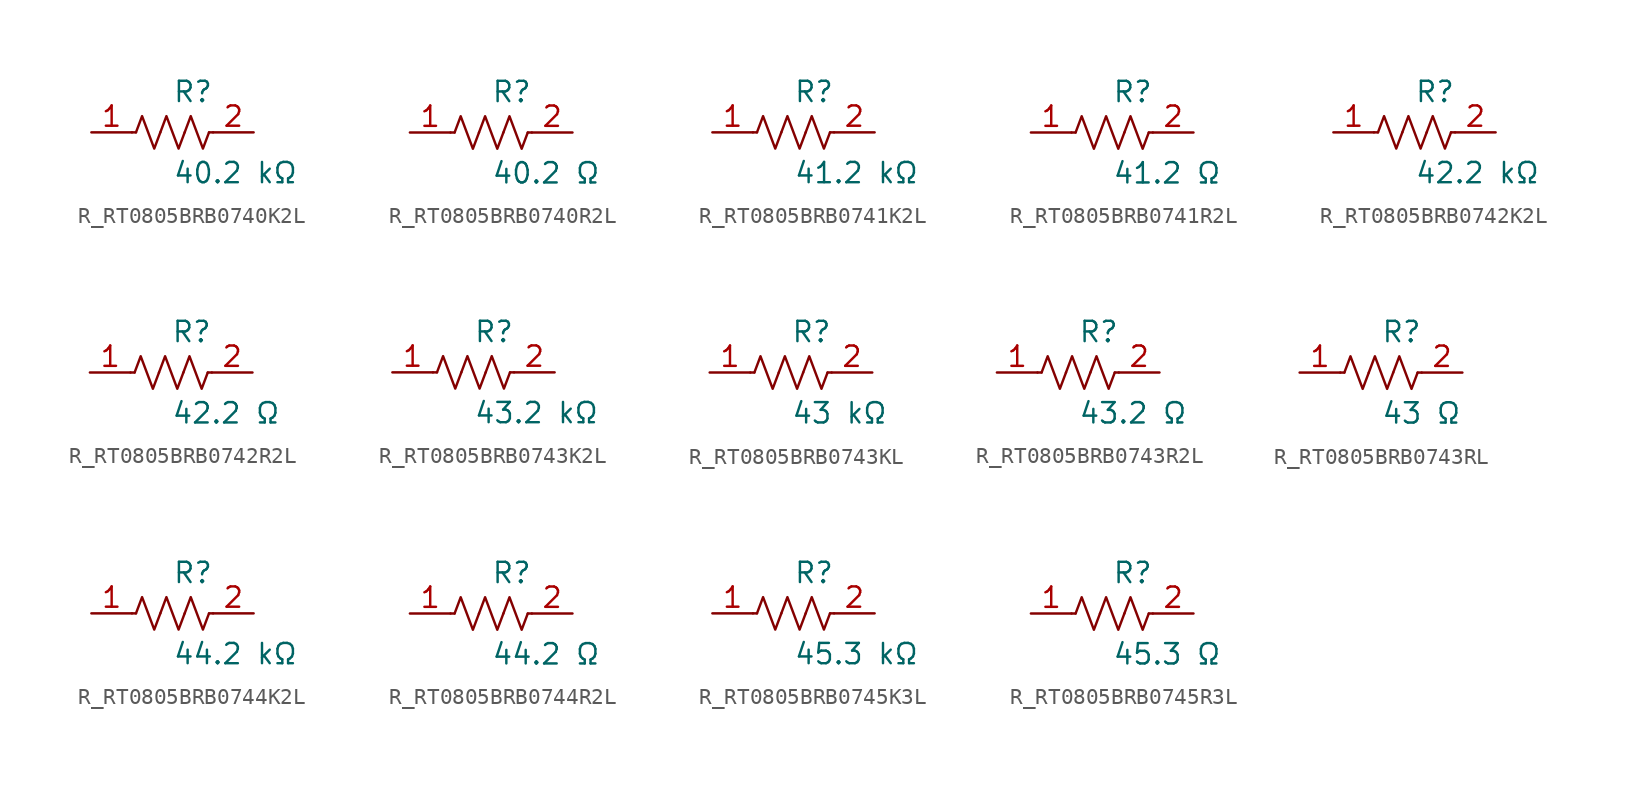
<source format=kicad_sym>
(kicad_symbol_lib
  (version 20231120)
  (generator kicad_symbol_editor)
  (generator_version 8.0)
  (symbol "R_RT0805BRB0740K2L"
    (pin_names
      (offset 0.254))
    (property "Reference" "R"
      (at 0 2.54 0)
      (effects (font (size 1.27 1.27)) (justify left)))
    (property "Value" "40.2 kΩ"
      (at 0 -2.54 0)
      (effects (font (size 1.27 1.27)) (justify left)))
    (symbol "R_RT0805BRB0740K2L_0_1"
      (polyline (pts (xy 2.286 0) (xy 2.54 0)) (stroke (width 0) (type default)) (fill (type none)))
      (polyline (pts (xy -2.286 0) (xy -2.54 0)) (stroke (width 0) (type default)) (fill (type none)))
      (polyline (pts (xy 0.762 0) (xy 1.143 1.016) (xy 1.524 0) (xy 1.905 -1.016) (xy 2.286 0)) (stroke (width 0) (type default)) (fill (type none)))
      (polyline (pts (xy -0.762 0) (xy -0.381 1.016) (xy 0 0) (xy 0.381 -1.016) (xy 0.762 0)) (stroke (width 0) (type default)) (fill (type none)))
      (polyline (pts (xy -2.286 0) (xy -1.905 1.016) (xy -1.524 0) (xy -1.143 -1.016) (xy -0.762 0)) (stroke (width 0) (type default)) (fill (type none))))
    (pin unspecified line
      (at -5.08 0 0)
      (length 2.54)
      (name "" (effects (font (size 1.27 1.27))))
      (number "1" (effects (font (size 1.27 1.27)))))
    (pin unspecified line
      (at 5.08 0 180)
      (length 2.54)
      (name "" (effects (font (size 1.27 1.27))))
      (number "2" (effects (font (size 1.27 1.27))))))
  (symbol "R_RT0805BRB0740R2L"
    (pin_names
      (offset 0.254))
    (property "Reference" "R"
      (at 0 2.54 0)
      (effects (font (size 1.27 1.27)) (justify left)))
    (property "Value" "40.2 Ω"
      (at 0 -2.54 0)
      (effects (font (size 1.27 1.27)) (justify left)))
    (symbol "R_RT0805BRB0740R2L_0_1"
      (polyline (pts (xy 2.286 0) (xy 2.54 0)) (stroke (width 0) (type default)) (fill (type none)))
      (polyline (pts (xy -2.286 0) (xy -2.54 0)) (stroke (width 0) (type default)) (fill (type none)))
      (polyline (pts (xy 0.762 0) (xy 1.143 1.016) (xy 1.524 0) (xy 1.905 -1.016) (xy 2.286 0)) (stroke (width 0) (type default)) (fill (type none)))
      (polyline (pts (xy -0.762 0) (xy -0.381 1.016) (xy 0 0) (xy 0.381 -1.016) (xy 0.762 0)) (stroke (width 0) (type default)) (fill (type none)))
      (polyline (pts (xy -2.286 0) (xy -1.905 1.016) (xy -1.524 0) (xy -1.143 -1.016) (xy -0.762 0)) (stroke (width 0) (type default)) (fill (type none))))
    (pin unspecified line
      (at -5.08 0 0)
      (length 2.54)
      (name "" (effects (font (size 1.27 1.27))))
      (number "1" (effects (font (size 1.27 1.27)))))
    (pin unspecified line
      (at 5.08 0 180)
      (length 2.54)
      (name "" (effects (font (size 1.27 1.27))))
      (number "2" (effects (font (size 1.27 1.27))))))
  (symbol "R_RT0805BRB0741K2L"
    (pin_names
      (offset 0.254))
    (property "Reference" "R"
      (at 0 2.54 0)
      (effects (font (size 1.27 1.27)) (justify left)))
    (property "Value" "41.2 kΩ"
      (at 0 -2.54 0)
      (effects (font (size 1.27 1.27)) (justify left)))
    (symbol "R_RT0805BRB0741K2L_0_1"
      (polyline (pts (xy 2.286 0) (xy 2.54 0)) (stroke (width 0) (type default)) (fill (type none)))
      (polyline (pts (xy -2.286 0) (xy -2.54 0)) (stroke (width 0) (type default)) (fill (type none)))
      (polyline (pts (xy 0.762 0) (xy 1.143 1.016) (xy 1.524 0) (xy 1.905 -1.016) (xy 2.286 0)) (stroke (width 0) (type default)) (fill (type none)))
      (polyline (pts (xy -0.762 0) (xy -0.381 1.016) (xy 0 0) (xy 0.381 -1.016) (xy 0.762 0)) (stroke (width 0) (type default)) (fill (type none)))
      (polyline (pts (xy -2.286 0) (xy -1.905 1.016) (xy -1.524 0) (xy -1.143 -1.016) (xy -0.762 0)) (stroke (width 0) (type default)) (fill (type none))))
    (pin unspecified line
      (at -5.08 0 0)
      (length 2.54)
      (name "" (effects (font (size 1.27 1.27))))
      (number "1" (effects (font (size 1.27 1.27)))))
    (pin unspecified line
      (at 5.08 0 180)
      (length 2.54)
      (name "" (effects (font (size 1.27 1.27))))
      (number "2" (effects (font (size 1.27 1.27))))))
  (symbol "R_RT0805BRB0741R2L"
    (pin_names
      (offset 0.254))
    (property "Reference" "R"
      (at 0 2.54 0)
      (effects (font (size 1.27 1.27)) (justify left)))
    (property "Value" "41.2 Ω"
      (at 0 -2.54 0)
      (effects (font (size 1.27 1.27)) (justify left)))
    (symbol "R_RT0805BRB0741R2L_0_1"
      (polyline (pts (xy 2.286 0) (xy 2.54 0)) (stroke (width 0) (type default)) (fill (type none)))
      (polyline (pts (xy -2.286 0) (xy -2.54 0)) (stroke (width 0) (type default)) (fill (type none)))
      (polyline (pts (xy 0.762 0) (xy 1.143 1.016) (xy 1.524 0) (xy 1.905 -1.016) (xy 2.286 0)) (stroke (width 0) (type default)) (fill (type none)))
      (polyline (pts (xy -0.762 0) (xy -0.381 1.016) (xy 0 0) (xy 0.381 -1.016) (xy 0.762 0)) (stroke (width 0) (type default)) (fill (type none)))
      (polyline (pts (xy -2.286 0) (xy -1.905 1.016) (xy -1.524 0) (xy -1.143 -1.016) (xy -0.762 0)) (stroke (width 0) (type default)) (fill (type none))))
    (pin unspecified line
      (at -5.08 0 0)
      (length 2.54)
      (name "" (effects (font (size 1.27 1.27))))
      (number "1" (effects (font (size 1.27 1.27)))))
    (pin unspecified line
      (at 5.08 0 180)
      (length 2.54)
      (name "" (effects (font (size 1.27 1.27))))
      (number "2" (effects (font (size 1.27 1.27))))))
  (symbol "R_RT0805BRB0742K2L"
    (pin_names
      (offset 0.254))
    (property "Reference" "R"
      (at 0 2.54 0)
      (effects (font (size 1.27 1.27)) (justify left)))
    (property "Value" "42.2 kΩ"
      (at 0 -2.54 0)
      (effects (font (size 1.27 1.27)) (justify left)))
    (symbol "R_RT0805BRB0742K2L_0_1"
      (polyline (pts (xy 2.286 0) (xy 2.54 0)) (stroke (width 0) (type default)) (fill (type none)))
      (polyline (pts (xy -2.286 0) (xy -2.54 0)) (stroke (width 0) (type default)) (fill (type none)))
      (polyline (pts (xy 0.762 0) (xy 1.143 1.016) (xy 1.524 0) (xy 1.905 -1.016) (xy 2.286 0)) (stroke (width 0) (type default)) (fill (type none)))
      (polyline (pts (xy -0.762 0) (xy -0.381 1.016) (xy 0 0) (xy 0.381 -1.016) (xy 0.762 0)) (stroke (width 0) (type default)) (fill (type none)))
      (polyline (pts (xy -2.286 0) (xy -1.905 1.016) (xy -1.524 0) (xy -1.143 -1.016) (xy -0.762 0)) (stroke (width 0) (type default)) (fill (type none))))
    (pin unspecified line
      (at -5.08 0 0)
      (length 2.54)
      (name "" (effects (font (size 1.27 1.27))))
      (number "1" (effects (font (size 1.27 1.27)))))
    (pin unspecified line
      (at 5.08 0 180)
      (length 2.54)
      (name "" (effects (font (size 1.27 1.27))))
      (number "2" (effects (font (size 1.27 1.27))))))
  (symbol "R_RT0805BRB0742R2L"
    (pin_names
      (offset 0.254))
    (property "Reference" "R"
      (at 0 2.54 0)
      (effects (font (size 1.27 1.27)) (justify left)))
    (property "Value" "42.2 Ω"
      (at 0 -2.54 0)
      (effects (font (size 1.27 1.27)) (justify left)))
    (symbol "R_RT0805BRB0742R2L_0_1"
      (polyline (pts (xy 2.286 0) (xy 2.54 0)) (stroke (width 0) (type default)) (fill (type none)))
      (polyline (pts (xy -2.286 0) (xy -2.54 0)) (stroke (width 0) (type default)) (fill (type none)))
      (polyline (pts (xy 0.762 0) (xy 1.143 1.016) (xy 1.524 0) (xy 1.905 -1.016) (xy 2.286 0)) (stroke (width 0) (type default)) (fill (type none)))
      (polyline (pts (xy -0.762 0) (xy -0.381 1.016) (xy 0 0) (xy 0.381 -1.016) (xy 0.762 0)) (stroke (width 0) (type default)) (fill (type none)))
      (polyline (pts (xy -2.286 0) (xy -1.905 1.016) (xy -1.524 0) (xy -1.143 -1.016) (xy -0.762 0)) (stroke (width 0) (type default)) (fill (type none))))
    (pin unspecified line
      (at -5.08 0 0)
      (length 2.54)
      (name "" (effects (font (size 1.27 1.27))))
      (number "1" (effects (font (size 1.27 1.27)))))
    (pin unspecified line
      (at 5.08 0 180)
      (length 2.54)
      (name "" (effects (font (size 1.27 1.27))))
      (number "2" (effects (font (size 1.27 1.27))))))
  (symbol "R_RT0805BRB0743K2L"
    (pin_names
      (offset 0.254))
    (property "Reference" "R"
      (at 0 2.54 0)
      (effects (font (size 1.27 1.27)) (justify left)))
    (property "Value" "43.2 kΩ"
      (at 0 -2.54 0)
      (effects (font (size 1.27 1.27)) (justify left)))
    (symbol "R_RT0805BRB0743K2L_0_1"
      (polyline (pts (xy 2.286 0) (xy 2.54 0)) (stroke (width 0) (type default)) (fill (type none)))
      (polyline (pts (xy -2.286 0) (xy -2.54 0)) (stroke (width 0) (type default)) (fill (type none)))
      (polyline (pts (xy 0.762 0) (xy 1.143 1.016) (xy 1.524 0) (xy 1.905 -1.016) (xy 2.286 0)) (stroke (width 0) (type default)) (fill (type none)))
      (polyline (pts (xy -0.762 0) (xy -0.381 1.016) (xy 0 0) (xy 0.381 -1.016) (xy 0.762 0)) (stroke (width 0) (type default)) (fill (type none)))
      (polyline (pts (xy -2.286 0) (xy -1.905 1.016) (xy -1.524 0) (xy -1.143 -1.016) (xy -0.762 0)) (stroke (width 0) (type default)) (fill (type none))))
    (pin unspecified line
      (at -5.08 0 0)
      (length 2.54)
      (name "" (effects (font (size 1.27 1.27))))
      (number "1" (effects (font (size 1.27 1.27)))))
    (pin unspecified line
      (at 5.08 0 180)
      (length 2.54)
      (name "" (effects (font (size 1.27 1.27))))
      (number "2" (effects (font (size 1.27 1.27))))))
  (symbol "R_RT0805BRB0743KL"
    (pin_names
      (offset 0.254))
    (property "Reference" "R"
      (at 0 2.54 0)
      (effects (font (size 1.27 1.27)) (justify left)))
    (property "Value" "43 kΩ"
      (at 0 -2.54 0)
      (effects (font (size 1.27 1.27)) (justify left)))
    (symbol "R_RT0805BRB0743KL_0_1"
      (polyline (pts (xy 2.286 0) (xy 2.54 0)) (stroke (width 0) (type default)) (fill (type none)))
      (polyline (pts (xy -2.286 0) (xy -2.54 0)) (stroke (width 0) (type default)) (fill (type none)))
      (polyline (pts (xy 0.762 0) (xy 1.143 1.016) (xy 1.524 0) (xy 1.905 -1.016) (xy 2.286 0)) (stroke (width 0) (type default)) (fill (type none)))
      (polyline (pts (xy -0.762 0) (xy -0.381 1.016) (xy 0 0) (xy 0.381 -1.016) (xy 0.762 0)) (stroke (width 0) (type default)) (fill (type none)))
      (polyline (pts (xy -2.286 0) (xy -1.905 1.016) (xy -1.524 0) (xy -1.143 -1.016) (xy -0.762 0)) (stroke (width 0) (type default)) (fill (type none))))
    (pin unspecified line
      (at -5.08 0 0)
      (length 2.54)
      (name "" (effects (font (size 1.27 1.27))))
      (number "1" (effects (font (size 1.27 1.27)))))
    (pin unspecified line
      (at 5.08 0 180)
      (length 2.54)
      (name "" (effects (font (size 1.27 1.27))))
      (number "2" (effects (font (size 1.27 1.27))))))
  (symbol "R_RT0805BRB0743R2L"
    (pin_names
      (offset 0.254))
    (property "Reference" "R"
      (at 0 2.54 0)
      (effects (font (size 1.27 1.27)) (justify left)))
    (property "Value" "43.2 Ω"
      (at 0 -2.54 0)
      (effects (font (size 1.27 1.27)) (justify left)))
    (symbol "R_RT0805BRB0743R2L_0_1"
      (polyline (pts (xy 2.286 0) (xy 2.54 0)) (stroke (width 0) (type default)) (fill (type none)))
      (polyline (pts (xy -2.286 0) (xy -2.54 0)) (stroke (width 0) (type default)) (fill (type none)))
      (polyline (pts (xy 0.762 0) (xy 1.143 1.016) (xy 1.524 0) (xy 1.905 -1.016) (xy 2.286 0)) (stroke (width 0) (type default)) (fill (type none)))
      (polyline (pts (xy -0.762 0) (xy -0.381 1.016) (xy 0 0) (xy 0.381 -1.016) (xy 0.762 0)) (stroke (width 0) (type default)) (fill (type none)))
      (polyline (pts (xy -2.286 0) (xy -1.905 1.016) (xy -1.524 0) (xy -1.143 -1.016) (xy -0.762 0)) (stroke (width 0) (type default)) (fill (type none))))
    (pin unspecified line
      (at -5.08 0 0)
      (length 2.54)
      (name "" (effects (font (size 1.27 1.27))))
      (number "1" (effects (font (size 1.27 1.27)))))
    (pin unspecified line
      (at 5.08 0 180)
      (length 2.54)
      (name "" (effects (font (size 1.27 1.27))))
      (number "2" (effects (font (size 1.27 1.27))))))
  (symbol "R_RT0805BRB0743RL"
    (pin_names
      (offset 0.254))
    (property "Reference" "R"
      (at 0 2.54 0)
      (effects (font (size 1.27 1.27)) (justify left)))
    (property "Value" "43 Ω"
      (at 0 -2.54 0)
      (effects (font (size 1.27 1.27)) (justify left)))
    (symbol "R_RT0805BRB0743RL_0_1"
      (polyline (pts (xy 2.286 0) (xy 2.54 0)) (stroke (width 0) (type default)) (fill (type none)))
      (polyline (pts (xy -2.286 0) (xy -2.54 0)) (stroke (width 0) (type default)) (fill (type none)))
      (polyline (pts (xy 0.762 0) (xy 1.143 1.016) (xy 1.524 0) (xy 1.905 -1.016) (xy 2.286 0)) (stroke (width 0) (type default)) (fill (type none)))
      (polyline (pts (xy -0.762 0) (xy -0.381 1.016) (xy 0 0) (xy 0.381 -1.016) (xy 0.762 0)) (stroke (width 0) (type default)) (fill (type none)))
      (polyline (pts (xy -2.286 0) (xy -1.905 1.016) (xy -1.524 0) (xy -1.143 -1.016) (xy -0.762 0)) (stroke (width 0) (type default)) (fill (type none))))
    (pin unspecified line
      (at -5.08 0 0)
      (length 2.54)
      (name "" (effects (font (size 1.27 1.27))))
      (number "1" (effects (font (size 1.27 1.27)))))
    (pin unspecified line
      (at 5.08 0 180)
      (length 2.54)
      (name "" (effects (font (size 1.27 1.27))))
      (number "2" (effects (font (size 1.27 1.27))))))
  (symbol "R_RT0805BRB0744K2L"
    (pin_names
      (offset 0.254))
    (property "Reference" "R"
      (at 0 2.54 0)
      (effects (font (size 1.27 1.27)) (justify left)))
    (property "Value" "44.2 kΩ"
      (at 0 -2.54 0)
      (effects (font (size 1.27 1.27)) (justify left)))
    (symbol "R_RT0805BRB0744K2L_0_1"
      (polyline (pts (xy 2.286 0) (xy 2.54 0)) (stroke (width 0) (type default)) (fill (type none)))
      (polyline (pts (xy -2.286 0) (xy -2.54 0)) (stroke (width 0) (type default)) (fill (type none)))
      (polyline (pts (xy 0.762 0) (xy 1.143 1.016) (xy 1.524 0) (xy 1.905 -1.016) (xy 2.286 0)) (stroke (width 0) (type default)) (fill (type none)))
      (polyline (pts (xy -0.762 0) (xy -0.381 1.016) (xy 0 0) (xy 0.381 -1.016) (xy 0.762 0)) (stroke (width 0) (type default)) (fill (type none)))
      (polyline (pts (xy -2.286 0) (xy -1.905 1.016) (xy -1.524 0) (xy -1.143 -1.016) (xy -0.762 0)) (stroke (width 0) (type default)) (fill (type none))))
    (pin unspecified line
      (at -5.08 0 0)
      (length 2.54)
      (name "" (effects (font (size 1.27 1.27))))
      (number "1" (effects (font (size 1.27 1.27)))))
    (pin unspecified line
      (at 5.08 0 180)
      (length 2.54)
      (name "" (effects (font (size 1.27 1.27))))
      (number "2" (effects (font (size 1.27 1.27))))))
  (symbol "R_RT0805BRB0744R2L"
    (pin_names
      (offset 0.254))
    (property "Reference" "R"
      (at 0 2.54 0)
      (effects (font (size 1.27 1.27)) (justify left)))
    (property "Value" "44.2 Ω"
      (at 0 -2.54 0)
      (effects (font (size 1.27 1.27)) (justify left)))
    (symbol "R_RT0805BRB0744R2L_0_1"
      (polyline (pts (xy 2.286 0) (xy 2.54 0)) (stroke (width 0) (type default)) (fill (type none)))
      (polyline (pts (xy -2.286 0) (xy -2.54 0)) (stroke (width 0) (type default)) (fill (type none)))
      (polyline (pts (xy 0.762 0) (xy 1.143 1.016) (xy 1.524 0) (xy 1.905 -1.016) (xy 2.286 0)) (stroke (width 0) (type default)) (fill (type none)))
      (polyline (pts (xy -0.762 0) (xy -0.381 1.016) (xy 0 0) (xy 0.381 -1.016) (xy 0.762 0)) (stroke (width 0) (type default)) (fill (type none)))
      (polyline (pts (xy -2.286 0) (xy -1.905 1.016) (xy -1.524 0) (xy -1.143 -1.016) (xy -0.762 0)) (stroke (width 0) (type default)) (fill (type none))))
    (pin unspecified line
      (at -5.08 0 0)
      (length 2.54)
      (name "" (effects (font (size 1.27 1.27))))
      (number "1" (effects (font (size 1.27 1.27)))))
    (pin unspecified line
      (at 5.08 0 180)
      (length 2.54)
      (name "" (effects (font (size 1.27 1.27))))
      (number "2" (effects (font (size 1.27 1.27))))))
  (symbol "R_RT0805BRB0745K3L"
    (pin_names
      (offset 0.254))
    (property "Reference" "R"
      (at 0 2.54 0)
      (effects (font (size 1.27 1.27)) (justify left)))
    (property "Value" "45.3 kΩ"
      (at 0 -2.54 0)
      (effects (font (size 1.27 1.27)) (justify left)))
    (symbol "R_RT0805BRB0745K3L_0_1"
      (polyline (pts (xy 2.286 0) (xy 2.54 0)) (stroke (width 0) (type default)) (fill (type none)))
      (polyline (pts (xy -2.286 0) (xy -2.54 0)) (stroke (width 0) (type default)) (fill (type none)))
      (polyline (pts (xy 0.762 0) (xy 1.143 1.016) (xy 1.524 0) (xy 1.905 -1.016) (xy 2.286 0)) (stroke (width 0) (type default)) (fill (type none)))
      (polyline (pts (xy -0.762 0) (xy -0.381 1.016) (xy 0 0) (xy 0.381 -1.016) (xy 0.762 0)) (stroke (width 0) (type default)) (fill (type none)))
      (polyline (pts (xy -2.286 0) (xy -1.905 1.016) (xy -1.524 0) (xy -1.143 -1.016) (xy -0.762 0)) (stroke (width 0) (type default)) (fill (type none))))
    (pin unspecified line
      (at -5.08 0 0)
      (length 2.54)
      (name "" (effects (font (size 1.27 1.27))))
      (number "1" (effects (font (size 1.27 1.27)))))
    (pin unspecified line
      (at 5.08 0 180)
      (length 2.54)
      (name "" (effects (font (size 1.27 1.27))))
      (number "2" (effects (font (size 1.27 1.27))))))
  (symbol "R_RT0805BRB0745R3L"
    (pin_names
      (offset 0.254))
    (property "Reference" "R"
      (at 0 2.54 0)
      (effects (font (size 1.27 1.27)) (justify left)))
    (property "Value" "45.3 Ω"
      (at 0 -2.54 0)
      (effects (font (size 1.27 1.27)) (justify left)))
    (symbol "R_RT0805BRB0745R3L_0_1"
      (polyline (pts (xy 2.286 0) (xy 2.54 0)) (stroke (width 0) (type default)) (fill (type none)))
      (polyline (pts (xy -2.286 0) (xy -2.54 0)) (stroke (width 0) (type default)) (fill (type none)))
      (polyline (pts (xy 0.762 0) (xy 1.143 1.016) (xy 1.524 0) (xy 1.905 -1.016) (xy 2.286 0)) (stroke (width 0) (type default)) (fill (type none)))
      (polyline (pts (xy -0.762 0) (xy -0.381 1.016) (xy 0 0) (xy 0.381 -1.016) (xy 0.762 0)) (stroke (width 0) (type default)) (fill (type none)))
      (polyline (pts (xy -2.286 0) (xy -1.905 1.016) (xy -1.524 0) (xy -1.143 -1.016) (xy -0.762 0)) (stroke (width 0) (type default)) (fill (type none))))
    (pin unspecified line
      (at -5.08 0 0)
      (length 2.54)
      (name "" (effects (font (size 1.27 1.27))))
      (number "1" (effects (font (size 1.27 1.27)))))
    (pin unspecified line
      (at 5.08 0 180)
      (length 2.54)
      (name "" (effects (font (size 1.27 1.27))))
      (number "2" (effects (font (size 1.27 1.27)))))))
</source>
